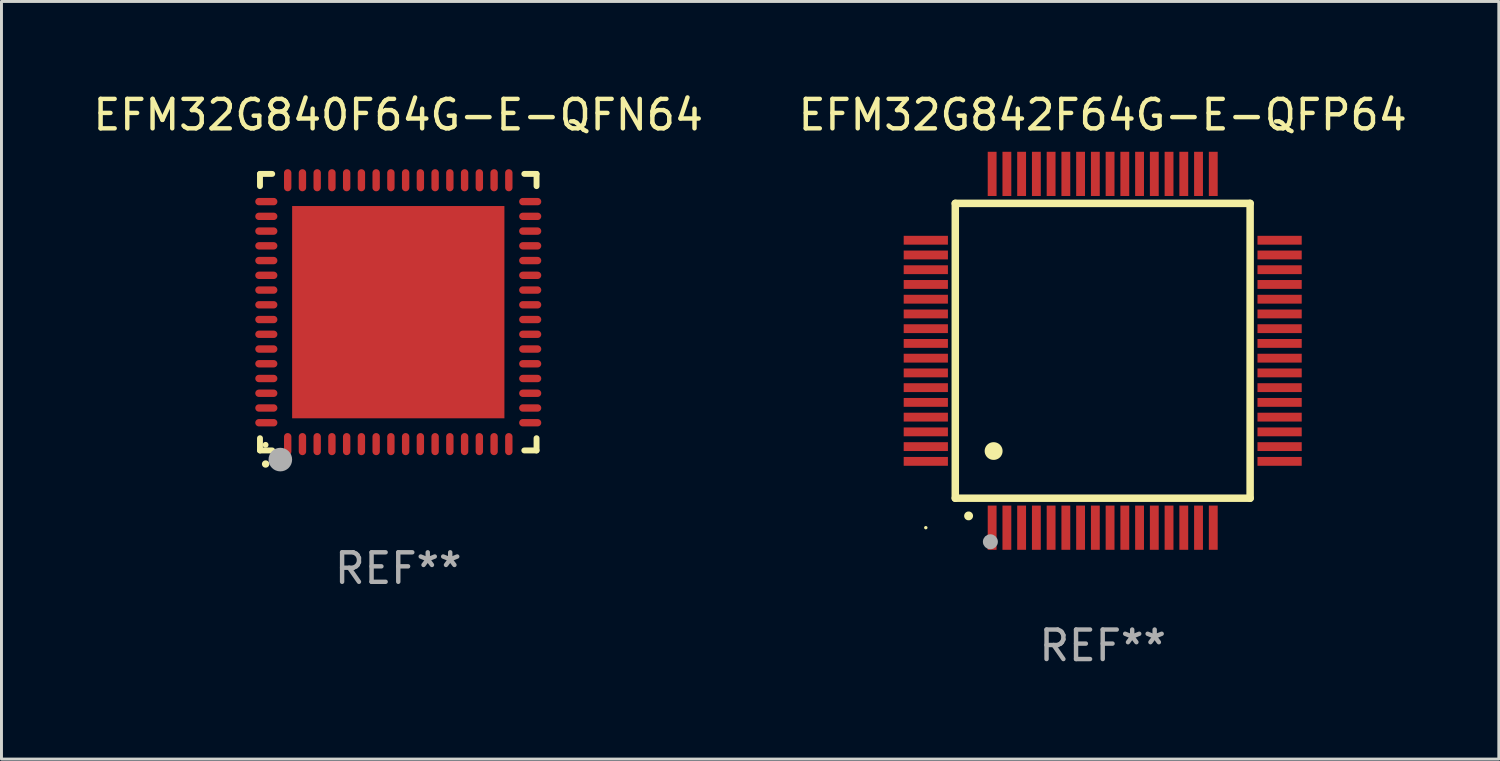
<source format=kicad_pcb>
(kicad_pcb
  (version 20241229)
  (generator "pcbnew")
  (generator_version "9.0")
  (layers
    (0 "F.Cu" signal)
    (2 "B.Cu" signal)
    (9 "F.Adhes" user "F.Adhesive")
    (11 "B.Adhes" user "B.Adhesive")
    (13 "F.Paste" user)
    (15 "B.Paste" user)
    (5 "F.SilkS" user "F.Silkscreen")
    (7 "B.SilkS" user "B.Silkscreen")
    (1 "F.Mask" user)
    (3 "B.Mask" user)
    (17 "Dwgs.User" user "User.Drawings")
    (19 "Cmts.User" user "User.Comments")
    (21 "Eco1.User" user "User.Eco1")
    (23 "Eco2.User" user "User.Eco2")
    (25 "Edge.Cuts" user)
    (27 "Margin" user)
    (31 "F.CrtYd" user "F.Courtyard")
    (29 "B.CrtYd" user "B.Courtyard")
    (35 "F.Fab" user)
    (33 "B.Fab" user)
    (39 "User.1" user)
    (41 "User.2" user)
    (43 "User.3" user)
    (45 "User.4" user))
  (footprint "EFM32G840F64G-E-QFN64"
    (layer "F.Cu")
    (at 10.458 7.538)
    (property "Reference" "EFM32G840F64G-E-QFN64" (at 0 -6.69 0) (layer "F.SilkS") (effects (font (size 1 1) (thickness 0.15))))
    (attr through_hole)
    (fp_line (start -4.69 -4.69) (end -4.275 -4.69) (stroke (width 0.2) (type solid)) (layer "F.SilkS"))
    (fp_line (start -4.69 -4.275) (end -4.69 -4.69) (stroke (width 0.2) (type solid)) (layer "F.SilkS"))
    (fp_line (start -4.69 4.69) (end -4.69 4.275) (stroke (width 0.2) (type solid)) (layer "F.SilkS"))
    (fp_line (start -4.275 4.69) (end -4.69 4.69) (stroke (width 0.2) (type solid)) (layer "F.SilkS"))
    (fp_line (start 4.275 4.69) (end 4.69 4.69) (stroke (width 0.2) (type solid)) (layer "F.SilkS"))
    (fp_line (start 4.69 -4.69) (end 4.275 -4.69) (stroke (width 0.2) (type solid)) (layer "F.SilkS"))
    (fp_line (start 4.69 -4.275) (end 4.69 -4.69) (stroke (width 0.2) (type solid)) (layer "F.SilkS"))
    (fp_line (start 4.69 4.69) (end 4.69 4.275) (stroke (width 0.2) (type solid)) (layer "F.SilkS"))
    (fp_arc (start -4.499886 5.15) (mid -4.498616 5.149994) (end -4.497346 5.15) (stroke (width 0.24892) (type solid)) (layer "F.SilkS"))
    (fp_circle (center -4.5 4.5) (end -4.45 4.5) (stroke (width 0.1) (type solid)) (fill no) (layer "F.SilkS"))
    (fp_circle (center -4 5) (end -3.8 5) (stroke (width 0.4) (type solid)) (fill no) (layer "F.Fab"))
    (fp_text user "REF**" (at 0 8.69 0) (layer "F.Fab") (effects (font (size 1 1) (thickness 0.15))))
    (pad "1" smd oval (at -3.75 4.475) (size 0.25 0.75) (layers "F.Cu" "F.Mask" "F.Paste"))
    (pad "2" smd oval (at -3.25 4.475) (size 0.25 0.75) (layers "F.Cu" "F.Mask" "F.Paste"))
    (pad "3" smd oval (at -2.75 4.475) (size 0.25 0.75) (layers "F.Cu" "F.Mask" "F.Paste"))
    (pad "4" smd oval (at -2.25 4.475) (size 0.25 0.75) (layers "F.Cu" "F.Mask" "F.Paste"))
    (pad "5" smd oval (at -1.75 4.475) (size 0.25 0.75) (layers "F.Cu" "F.Mask" "F.Paste"))
    (pad "6" smd oval (at -1.25 4.475) (size 0.25 0.75) (layers "F.Cu" "F.Mask" "F.Paste"))
    (pad "7" smd oval (at -0.75 4.475) (size 0.25 0.75) (layers "F.Cu" "F.Mask" "F.Paste"))
    (pad "8" smd oval (at -0.25 4.475) (size 0.25 0.75) (layers "F.Cu" "F.Mask" "F.Paste"))
    (pad "9" smd oval (at 0.25 4.475) (size 0.25 0.75) (layers "F.Cu" "F.Mask" "F.Paste"))
    (pad "10" smd oval (at 0.75 4.475) (size 0.25 0.75) (layers "F.Cu" "F.Mask" "F.Paste"))
    (pad "11" smd oval (at 1.25 4.475) (size 0.25 0.75) (layers "F.Cu" "F.Mask" "F.Paste"))
    (pad "12" smd oval (at 1.75 4.475) (size 0.25 0.75) (layers "F.Cu" "F.Mask" "F.Paste"))
    (pad "13" smd oval (at 2.25 4.475) (size 0.25 0.75) (layers "F.Cu" "F.Mask" "F.Paste"))
    (pad "14" smd oval (at 2.75 4.475) (size 0.25 0.75) (layers "F.Cu" "F.Mask" "F.Paste"))
    (pad "15" smd oval (at 3.25 4.475) (size 0.25 0.75) (layers "F.Cu" "F.Mask" "F.Paste"))
    (pad "16" smd oval (at 3.75 4.475) (size 0.25 0.75) (layers "F.Cu" "F.Mask" "F.Paste"))
    (pad "17" smd oval (at 4.475 3.75) (size 0.75 0.25) (layers "F.Cu" "F.Mask" "F.Paste"))
    (pad "18" smd oval (at 4.475 3.25) (size 0.75 0.25) (layers "F.Cu" "F.Mask" "F.Paste"))
    (pad "19" smd oval (at 4.475 2.75) (size 0.75 0.25) (layers "F.Cu" "F.Mask" "F.Paste"))
    (pad "20" smd oval (at 4.475 2.25) (size 0.75 0.25) (layers "F.Cu" "F.Mask" "F.Paste"))
    (pad "21" smd oval (at 4.475 1.75) (size 0.75 0.25) (layers "F.Cu" "F.Mask" "F.Paste"))
    (pad "22" smd oval (at 4.475 1.25) (size 0.75 0.25) (layers "F.Cu" "F.Mask" "F.Paste"))
    (pad "23" smd oval (at 4.475 0.75) (size 0.75 0.25) (layers "F.Cu" "F.Mask" "F.Paste"))
    (pad "24" smd oval (at 4.475 0.25) (size 0.75 0.25) (layers "F.Cu" "F.Mask" "F.Paste"))
    (pad "25" smd oval (at 4.475 -0.25) (size 0.75 0.25) (layers "F.Cu" "F.Mask" "F.Paste"))
    (pad "26" smd oval (at 4.475 -0.75) (size 0.75 0.25) (layers "F.Cu" "F.Mask" "F.Paste"))
    (pad "27" smd oval (at 4.475 -1.25) (size 0.75 0.25) (layers "F.Cu" "F.Mask" "F.Paste"))
    (pad "28" smd oval (at 4.475 -1.75) (size 0.75 0.25) (layers "F.Cu" "F.Mask" "F.Paste"))
    (pad "29" smd oval (at 4.475 -2.25) (size 0.75 0.25) (layers "F.Cu" "F.Mask" "F.Paste"))
    (pad "30" smd oval (at 4.475 -2.75) (size 0.75 0.25) (layers "F.Cu" "F.Mask" "F.Paste"))
    (pad "31" smd oval (at 4.475 -3.25) (size 0.75 0.25) (layers "F.Cu" "F.Mask" "F.Paste"))
    (pad "32" smd oval (at 4.475 -3.75) (size 0.75 0.25) (layers "F.Cu" "F.Mask" "F.Paste"))
    (pad "33" smd oval (at 3.75 -4.475) (size 0.25 0.75) (layers "F.Cu" "F.Mask" "F.Paste"))
    (pad "34" smd oval (at 3.25 -4.475) (size 0.25 0.75) (layers "F.Cu" "F.Mask" "F.Paste"))
    (pad "35" smd oval (at 2.75 -4.475) (size 0.25 0.75) (layers "F.Cu" "F.Mask" "F.Paste"))
    (pad "36" smd oval (at 2.25 -4.475) (size 0.25 0.75) (layers "F.Cu" "F.Mask" "F.Paste"))
    (pad "37" smd oval (at 1.75 -4.475) (size 0.25 0.75) (layers "F.Cu" "F.Mask" "F.Paste"))
    (pad "38" smd oval (at 1.25 -4.475) (size 0.25 0.75) (layers "F.Cu" "F.Mask" "F.Paste"))
    (pad "39" smd oval (at 0.75 -4.475) (size 0.25 0.75) (layers "F.Cu" "F.Mask" "F.Paste"))
    (pad "40" smd oval (at 0.25 -4.475) (size 0.25 0.75) (layers "F.Cu" "F.Mask" "F.Paste"))
    (pad "41" smd oval (at -0.25 -4.475) (size 0.25 0.75) (layers "F.Cu" "F.Mask" "F.Paste"))
    (pad "42" smd oval (at -0.75 -4.475) (size 0.25 0.75) (layers "F.Cu" "F.Mask" "F.Paste"))
    (pad "43" smd oval (at -1.25 -4.475) (size 0.25 0.75) (layers "F.Cu" "F.Mask" "F.Paste"))
    (pad "44" smd oval (at -1.75 -4.475) (size 0.25 0.75) (layers "F.Cu" "F.Mask" "F.Paste"))
    (pad "45" smd oval (at -2.25 -4.475) (size 0.25 0.75) (layers "F.Cu" "F.Mask" "F.Paste"))
    (pad "46" smd oval (at -2.75 -4.475) (size 0.25 0.75) (layers "F.Cu" "F.Mask" "F.Paste"))
    (pad "47" smd oval (at -3.25 -4.475) (size 0.25 0.75) (layers "F.Cu" "F.Mask" "F.Paste"))
    (pad "48" smd oval (at -3.75 -4.475) (size 0.25 0.75) (layers "F.Cu" "F.Mask" "F.Paste"))
    (pad "49" smd oval (at -4.475 -3.75) (size 0.75 0.25) (layers "F.Cu" "F.Mask" "F.Paste"))
    (pad "50" smd oval (at -4.475 -3.25) (size 0.75 0.25) (layers "F.Cu" "F.Mask" "F.Paste"))
    (pad "51" smd oval (at -4.475 -2.75) (size 0.75 0.25) (layers "F.Cu" "F.Mask" "F.Paste"))
    (pad "52" smd oval (at -4.475 -2.25) (size 0.75 0.25) (layers "F.Cu" "F.Mask" "F.Paste"))
    (pad "53" smd oval (at -4.475 -1.75) (size 0.75 0.25) (layers "F.Cu" "F.Mask" "F.Paste"))
    (pad "54" smd oval (at -4.475 -1.25) (size 0.75 0.25) (layers "F.Cu" "F.Mask" "F.Paste"))
    (pad "55" smd oval (at -4.475 -0.75) (size 0.75 0.25) (layers "F.Cu" "F.Mask" "F.Paste"))
    (pad "56" smd oval (at -4.475 -0.25) (size 0.75 0.25) (layers "F.Cu" "F.Mask" "F.Paste"))
    (pad "57" smd oval (at -4.475 0.25) (size 0.75 0.25) (layers "F.Cu" "F.Mask" "F.Paste"))
    (pad "58" smd oval (at -4.475 0.75) (size 0.75 0.25) (layers "F.Cu" "F.Mask" "F.Paste"))
    (pad "59" smd oval (at -4.475 1.25) (size 0.75 0.25) (layers "F.Cu" "F.Mask" "F.Paste"))
    (pad "60" smd oval (at -4.475 1.75) (size 0.75 0.25) (layers "F.Cu" "F.Mask" "F.Paste"))
    (pad "61" smd oval (at -4.475 2.25) (size 0.75 0.25) (layers "F.Cu" "F.Mask" "F.Paste"))
    (pad "62" smd oval (at -4.475 2.75) (size 0.75 0.25) (layers "F.Cu" "F.Mask" "F.Paste"))
    (pad "63" smd oval (at -4.475 3.25) (size 0.75 0.25) (layers "F.Cu" "F.Mask" "F.Paste"))
    (pad "64" smd oval (at -4.475 3.75) (size 0.75 0.25) (layers "F.Cu" "F.Mask" "F.Paste"))
    (pad "65" smd rect (at 0.000368 0.000013) (size 7.2 7.2) (layers "F.Cu" "F.Mask" "F.Paste")))
  (footprint "EFM32G842F64G-E-QFP64"
    (layer "F.Cu")
    (at 34.351 8.848)
    (property "Reference" "EFM32G842F64G-E-QFP64" (at 0 -8 0) (layer "F.SilkS") (effects (font (size 1 1) (thickness 0.15))))
    (attr through_hole)
    (fp_line (start -5 -5) (end -5 5) (stroke (width 0.254) (type solid)) (layer "F.SilkS"))
    (fp_line (start -5 -5) (end 5 -5) (stroke (width 0.254) (type solid)) (layer "F.SilkS"))
    (fp_line (start -5 5) (end 5 5) (stroke (width 0.254) (type solid)) (layer "F.SilkS"))
    (fp_line (start 5 -5) (end 5 5) (stroke (width 0.254) (type solid)) (layer "F.SilkS"))
    (fp_arc (start -4.549987 5.6) (mid -4.548717 5.599995) (end -4.547447 5.6) (stroke (width 0.3) (type solid)) (layer "F.SilkS"))
    (fp_arc (start -3.703835 3.400076) (mid -3.700025 3.400052) (end -3.696215 3.400076) (stroke (width 0.6) (type solid)) (layer "F.SilkS"))
    (fp_circle (center -6 6) (end -5.97 6) (stroke (width 0.06) (type solid)) (fill no) (layer "F.SilkS"))
    (fp_circle (center -3.81 6.477) (end -3.683 6.477) (stroke (width 0.254) (type solid)) (fill no) (layer "F.Fab"))
    (fp_text user "REF**" (at 0 10 0) (layer "F.Fab") (effects (font (size 1 1) (thickness 0.15))))
    (pad "1" smd rect (at -3.75 6 180) (size 0.3 1.5) (layers "F.Cu" "F.Mask" "F.Paste"))
    (pad "2" smd rect (at -3.25 6 180) (size 0.3 1.5) (layers "F.Cu" "F.Mask" "F.Paste"))
    (pad "3" smd rect (at -2.75 6 180) (size 0.3 1.5) (layers "F.Cu" "F.Mask" "F.Paste"))
    (pad "4" smd rect (at -2.25 6 180) (size 0.3 1.5) (layers "F.Cu" "F.Mask" "F.Paste"))
    (pad "5" smd rect (at -1.75 6 180) (size 0.3 1.5) (layers "F.Cu" "F.Mask" "F.Paste"))
    (pad "6" smd rect (at -1.25 6 180) (size 0.3 1.5) (layers "F.Cu" "F.Mask" "F.Paste"))
    (pad "7" smd rect (at -0.75 6 180) (size 0.3 1.5) (layers "F.Cu" "F.Mask" "F.Paste"))
    (pad "8" smd rect (at -0.25 6 180) (size 0.3 1.5) (layers "F.Cu" "F.Mask" "F.Paste"))
    (pad "9" smd rect (at 0.25 6 180) (size 0.3 1.5) (layers "F.Cu" "F.Mask" "F.Paste"))
    (pad "10" smd rect (at 0.75 6 180) (size 0.3 1.5) (layers "F.Cu" "F.Mask" "F.Paste"))
    (pad "11" smd rect (at 1.25 6 180) (size 0.3 1.5) (layers "F.Cu" "F.Mask" "F.Paste"))
    (pad "12" smd rect (at 1.75 6 180) (size 0.3 1.5) (layers "F.Cu" "F.Mask" "F.Paste"))
    (pad "13" smd rect (at 2.25 6 180) (size 0.3 1.5) (layers "F.Cu" "F.Mask" "F.Paste"))
    (pad "14" smd rect (at 2.75 6 180) (size 0.3 1.5) (layers "F.Cu" "F.Mask" "F.Paste"))
    (pad "15" smd rect (at 3.25 6 180) (size 0.3 1.5) (layers "F.Cu" "F.Mask" "F.Paste"))
    (pad "16" smd rect (at 3.75 6 180) (size 0.3 1.5) (layers "F.Cu" "F.Mask" "F.Paste"))
    (pad "17" smd rect (at 6 3.75 90) (size 0.3 1.5) (layers "F.Cu" "F.Mask" "F.Paste"))
    (pad "18" smd rect (at 6 3.25 90) (size 0.3 1.5) (layers "F.Cu" "F.Mask" "F.Paste"))
    (pad "19" smd rect (at 6 2.75 90) (size 0.3 1.5) (layers "F.Cu" "F.Mask" "F.Paste"))
    (pad "20" smd rect (at 6 2.25 90) (size 0.3 1.5) (layers "F.Cu" "F.Mask" "F.Paste"))
    (pad "21" smd rect (at 6 1.75 90) (size 0.3 1.5) (layers "F.Cu" "F.Mask" "F.Paste"))
    (pad "22" smd rect (at 6 1.25 90) (size 0.3 1.5) (layers "F.Cu" "F.Mask" "F.Paste"))
    (pad "23" smd rect (at 6 0.75 90) (size 0.3 1.5) (layers "F.Cu" "F.Mask" "F.Paste"))
    (pad "24" smd rect (at 6 0.25 90) (size 0.3 1.5) (layers "F.Cu" "F.Mask" "F.Paste"))
    (pad "25" smd rect (at 6 -0.25 90) (size 0.3 1.5) (layers "F.Cu" "F.Mask" "F.Paste"))
    (pad "26" smd rect (at 6 -0.75 90) (size 0.3 1.5) (layers "F.Cu" "F.Mask" "F.Paste"))
    (pad "27" smd rect (at 6 -1.25 90) (size 0.3 1.5) (layers "F.Cu" "F.Mask" "F.Paste"))
    (pad "28" smd rect (at 6 -1.75 90) (size 0.3 1.5) (layers "F.Cu" "F.Mask" "F.Paste"))
    (pad "29" smd rect (at 6 -2.25 90) (size 0.3 1.5) (layers "F.Cu" "F.Mask" "F.Paste"))
    (pad "30" smd rect (at 6 -2.75 90) (size 0.3 1.5) (layers "F.Cu" "F.Mask" "F.Paste"))
    (pad "31" smd rect (at 6 -3.25 90) (size 0.3 1.5) (layers "F.Cu" "F.Mask" "F.Paste"))
    (pad "32" smd rect (at 6 -3.75 90) (size 0.3 1.5) (layers "F.Cu" "F.Mask" "F.Paste"))
    (pad "33" smd rect (at 3.75 -6 180) (size 0.3 1.5) (layers "F.Cu" "F.Mask" "F.Paste"))
    (pad "34" smd rect (at 3.25 -6 180) (size 0.3 1.5) (layers "F.Cu" "F.Mask" "F.Paste"))
    (pad "35" smd rect (at 2.75 -6 180) (size 0.3 1.5) (layers "F.Cu" "F.Mask" "F.Paste"))
    (pad "36" smd rect (at 2.25 -6 180) (size 0.3 1.5) (layers "F.Cu" "F.Mask" "F.Paste"))
    (pad "37" smd rect (at 1.75 -6 180) (size 0.3 1.5) (layers "F.Cu" "F.Mask" "F.Paste"))
    (pad "38" smd rect (at 1.25 -6 180) (size 0.3 1.5) (layers "F.Cu" "F.Mask" "F.Paste"))
    (pad "39" smd rect (at 0.75 -6 180) (size 0.3 1.5) (layers "F.Cu" "F.Mask" "F.Paste"))
    (pad "40" smd rect (at 0.25 -6 180) (size 0.3 1.5) (layers "F.Cu" "F.Mask" "F.Paste"))
    (pad "41" smd rect (at -0.25 -6 180) (size 0.3 1.5) (layers "F.Cu" "F.Mask" "F.Paste"))
    (pad "42" smd rect (at -0.75 -6 180) (size 0.3 1.5) (layers "F.Cu" "F.Mask" "F.Paste"))
    (pad "43" smd rect (at -1.25 -6 180) (size 0.3 1.5) (layers "F.Cu" "F.Mask" "F.Paste"))
    (pad "44" smd rect (at -1.75 -6 180) (size 0.3 1.5) (layers "F.Cu" "F.Mask" "F.Paste"))
    (pad "45" smd rect (at -2.25 -6 180) (size 0.3 1.5) (layers "F.Cu" "F.Mask" "F.Paste"))
    (pad "46" smd rect (at -2.75 -6 180) (size 0.3 1.5) (layers "F.Cu" "F.Mask" "F.Paste"))
    (pad "47" smd rect (at -3.25 -6 180) (size 0.3 1.5) (layers "F.Cu" "F.Mask" "F.Paste"))
    (pad "48" smd rect (at -3.75 -6 180) (size 0.3 1.5) (layers "F.Cu" "F.Mask" "F.Paste"))
    (pad "49" smd rect (at -6 -3.75 90) (size 0.3 1.5) (layers "F.Cu" "F.Mask" "F.Paste"))
    (pad "50" smd rect (at -6 -3.25 90) (size 0.3 1.5) (layers "F.Cu" "F.Mask" "F.Paste"))
    (pad "51" smd rect (at -6 -2.75 90) (size 0.3 1.5) (layers "F.Cu" "F.Mask" "F.Paste"))
    (pad "52" smd rect (at -6 -2.25 90) (size 0.3 1.5) (layers "F.Cu" "F.Mask" "F.Paste"))
    (pad "53" smd rect (at -6 -1.75 90) (size 0.3 1.5) (layers "F.Cu" "F.Mask" "F.Paste"))
    (pad "54" smd rect (at -6 -1.25 90) (size 0.3 1.5) (layers "F.Cu" "F.Mask" "F.Paste"))
    (pad "55" smd rect (at -6 -0.75 90) (size 0.3 1.5) (layers "F.Cu" "F.Mask" "F.Paste"))
    (pad "56" smd rect (at -6 -0.25 90) (size 0.3 1.5) (layers "F.Cu" "F.Mask" "F.Paste"))
    (pad "57" smd rect (at -6 0.25 90) (size 0.3 1.5) (layers "F.Cu" "F.Mask" "F.Paste"))
    (pad "58" smd rect (at -6 0.75 90) (size 0.3 1.5) (layers "F.Cu" "F.Mask" "F.Paste"))
    (pad "59" smd rect (at -6 1.25 90) (size 0.3 1.5) (layers "F.Cu" "F.Mask" "F.Paste"))
    (pad "60" smd rect (at -6 1.75 90) (size 0.3 1.5) (layers "F.Cu" "F.Mask" "F.Paste"))
    (pad "61" smd rect (at -6 2.25 90) (size 0.3 1.5) (layers "F.Cu" "F.Mask" "F.Paste"))
    (pad "62" smd rect (at -6 2.75 90) (size 0.3 1.5) (layers "F.Cu" "F.Mask" "F.Paste"))
    (pad "63" smd rect (at -6 3.25 90) (size 0.3 1.5) (layers "F.Cu" "F.Mask" "F.Paste"))
    (pad "64" smd rect (at -6 3.75 90) (size 0.3 1.5) (layers "F.Cu" "F.Mask" "F.Paste")))
  (gr_rect
    (start -3 -3)
    (end 47.786 22.697)
    (stroke (width 0.1) (type default))
    (fill no)
    (layer "Edge.Cuts")))
</source>
